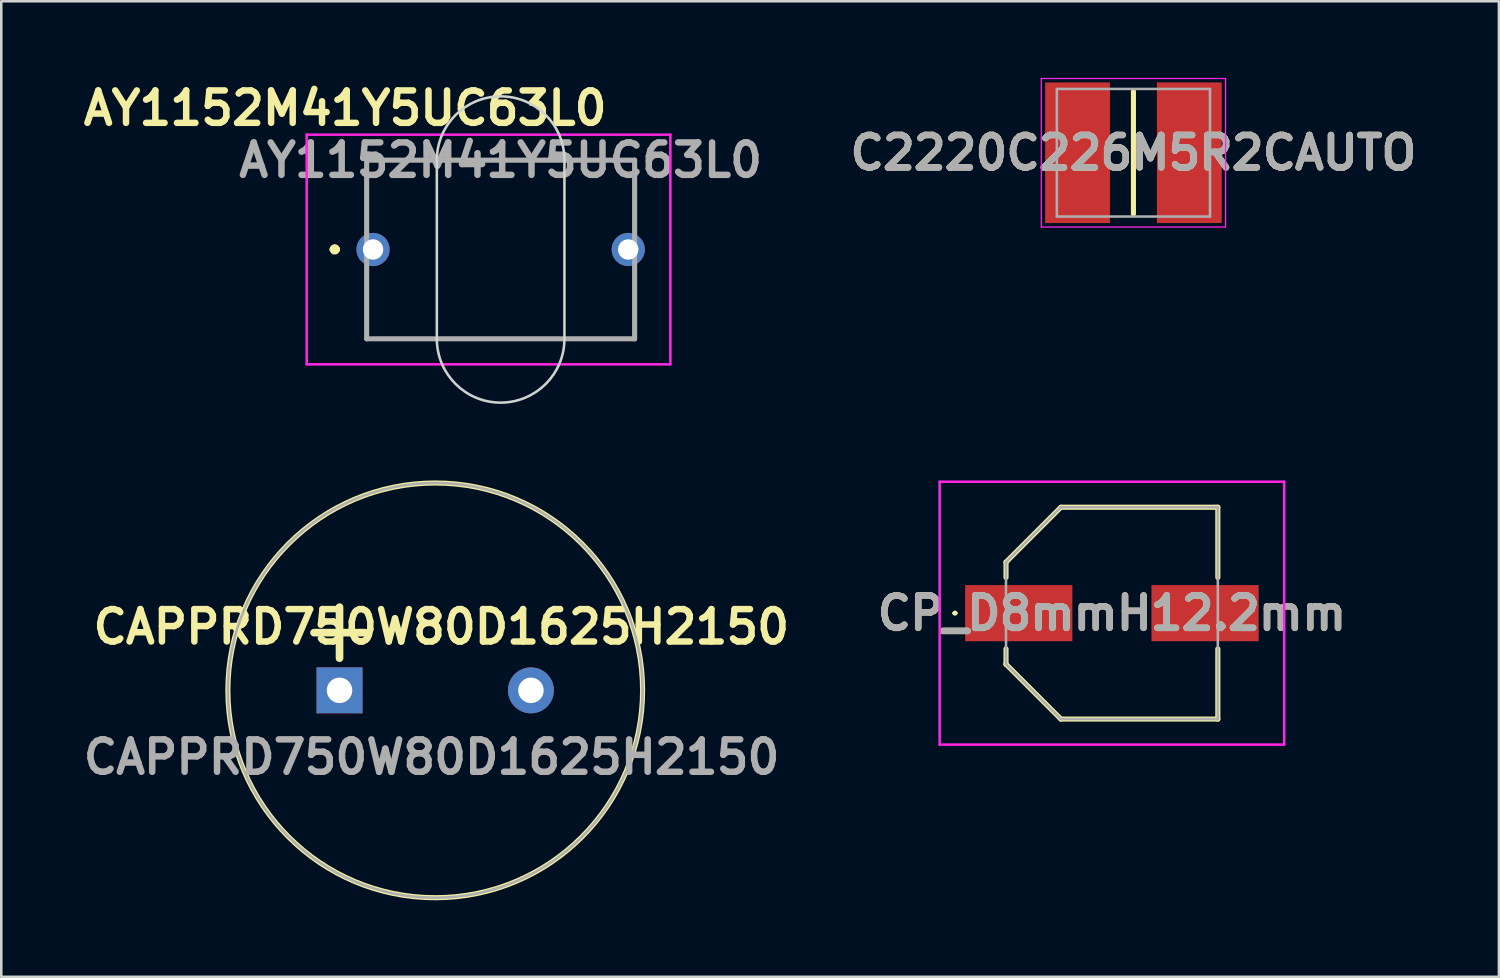
<source format=kicad_pcb>
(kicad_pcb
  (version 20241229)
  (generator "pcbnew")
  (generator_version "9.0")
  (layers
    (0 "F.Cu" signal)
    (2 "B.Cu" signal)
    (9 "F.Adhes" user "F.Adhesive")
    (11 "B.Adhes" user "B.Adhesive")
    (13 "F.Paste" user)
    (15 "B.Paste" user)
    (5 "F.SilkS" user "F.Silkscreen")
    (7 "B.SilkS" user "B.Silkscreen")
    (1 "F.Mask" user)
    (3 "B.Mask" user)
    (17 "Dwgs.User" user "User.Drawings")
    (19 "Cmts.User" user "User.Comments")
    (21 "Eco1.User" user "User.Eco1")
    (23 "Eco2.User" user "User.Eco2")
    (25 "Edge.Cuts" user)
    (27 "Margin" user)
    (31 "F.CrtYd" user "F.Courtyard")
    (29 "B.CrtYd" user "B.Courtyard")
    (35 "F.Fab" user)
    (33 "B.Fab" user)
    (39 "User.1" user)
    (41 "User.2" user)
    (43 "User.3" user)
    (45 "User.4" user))
  (footprint "AY1152M41Y5UC63L0"
    (layer "F.Cu")
    (at 11.567 6.726)
    (property "Reference" "AY1152M41Y5UC63L0" (at -1.092 -5.537 0) (layer "F.SilkS") (effects (font (size 1.27 1.27) (thickness 0.254))))
    (attr through_hole)
    (fp_line (start -1.6 0) (end -1.6 0) (stroke (width 0.2) (type solid)) (layer "F.SilkS"))
    (fp_line (start -1.4 0) (end -1.4 0) (stroke (width 0.2) (type solid)) (layer "F.SilkS"))
    (fp_line (start -1.4 0) (end -1.4 0) (stroke (width 0.2) (type solid)) (layer "F.SilkS"))
    (fp_line (start -0.25 -3.5) (end -0.25 -3.5) (stroke (width 0.1) (type solid)) (layer "F.SilkS"))
    (fp_line (start -0.25 -3.5) (end -0.25 -3.5) (stroke (width 0.1) (type solid)) (layer "F.SilkS"))
    (fp_line (start -0.25 -3.5) (end -0.25 -1.25) (stroke (width 0.1) (type solid)) (layer "F.SilkS"))
    (fp_line (start -0.25 -3.5) (end 10.25 -3.5) (stroke (width 0.1) (type solid)) (layer "F.SilkS"))
    (fp_line (start -0.25 -1.25) (end -0.25 -3.5) (stroke (width 0.1) (type solid)) (layer "F.SilkS"))
    (fp_line (start -0.25 -1.25) (end -0.25 -1.25) (stroke (width 0.1) (type solid)) (layer "F.SilkS"))
    (fp_line (start -0.25 1.25) (end -0.25 1.25) (stroke (width 0.1) (type solid)) (layer "F.SilkS"))
    (fp_line (start -0.25 1.25) (end -0.25 3.5) (stroke (width 0.1) (type solid)) (layer "F.SilkS"))
    (fp_line (start -0.25 3.5) (end -0.25 1.25) (stroke (width 0.1) (type solid)) (layer "F.SilkS"))
    (fp_line (start -0.25 3.5) (end -0.25 3.5) (stroke (width 0.1) (type solid)) (layer "F.SilkS"))
    (fp_line (start -0.25 3.5) (end -0.25 3.5) (stroke (width 0.1) (type solid)) (layer "F.SilkS"))
    (fp_line (start -0.25 3.5) (end 10.25 3.5) (stroke (width 0.1) (type solid)) (layer "F.SilkS"))
    (fp_line (start 10.25 -3.5) (end -0.25 -3.5) (stroke (width 0.1) (type solid)) (layer "F.SilkS"))
    (fp_line (start 10.25 -3.5) (end 10.25 -3.5) (stroke (width 0.1) (type solid)) (layer "F.SilkS"))
    (fp_line (start 10.25 -3.5) (end 10.25 -3.5) (stroke (width 0.1) (type solid)) (layer "F.SilkS"))
    (fp_line (start 10.25 -3.5) (end 10.25 -1.25) (stroke (width 0.1) (type solid)) (layer "F.SilkS"))
    (fp_line (start 10.25 -1.25) (end 10.25 -3.5) (stroke (width 0.1) (type solid)) (layer "F.SilkS"))
    (fp_line (start 10.25 -1.25) (end 10.25 -1.25) (stroke (width 0.1) (type solid)) (layer "F.SilkS"))
    (fp_line (start 10.25 1.25) (end 10.25 1.25) (stroke (width 0.1) (type solid)) (layer "F.SilkS"))
    (fp_line (start 10.25 1.25) (end 10.25 3.5) (stroke (width 0.1) (type solid)) (layer "F.SilkS"))
    (fp_line (start 10.25 3.5) (end -0.25 3.5) (stroke (width 0.1) (type solid)) (layer "F.SilkS"))
    (fp_line (start 10.25 3.5) (end 10.25 1.25) (stroke (width 0.1) (type solid)) (layer "F.SilkS"))
    (fp_line (start 10.25 3.5) (end 10.25 3.5) (stroke (width 0.1) (type solid)) (layer "F.SilkS"))
    (fp_line (start 10.25 3.5) (end 10.25 3.5) (stroke (width 0.1) (type solid)) (layer "F.SilkS"))
    (fp_arc (start -1.6 0) (mid -1.5 -0.1) (end -1.4 0) (stroke (width 0.2) (type solid)) (layer "F.SilkS"))
    (fp_arc (start -1.6 0) (mid -1.5 -0.1) (end -1.4 0) (stroke (width 0.2) (type solid)) (layer "F.SilkS"))
    (fp_arc (start -1.4 0) (mid -1.5 0.1) (end -1.6 0) (stroke (width 0.2) (type solid)) (layer "F.SilkS"))
    (fp_line (start 2.5 3.5) (end 2.5 -3.5) (stroke (width 0.1) (type default)) (layer "Edge.Cuts"))
    (fp_line (start 7.5 3.5) (end 7.5 -3.5) (stroke (width 0.1) (type default)) (layer "Edge.Cuts"))
    (fp_arc (start 2.5 -3.5) (mid 5 -6) (end 7.5 -3.5) (stroke (width 0.1) (type default)) (layer "Edge.Cuts"))
    (fp_arc (start 7.5 3.5) (mid 5 6) (end 2.5 3.5) (stroke (width 0.1) (type default)) (layer "Edge.Cuts"))
    (fp_line (start -2.6 -4.5) (end 11.65 -4.5) (stroke (width 0.1) (type solid)) (layer "F.CrtYd"))
    (fp_line (start -2.6 4.5) (end -2.6 -4.5) (stroke (width 0.1) (type solid)) (layer "F.CrtYd"))
    (fp_line (start 11.65 -4.5) (end 11.65 4.5) (stroke (width 0.1) (type solid)) (layer "F.CrtYd"))
    (fp_line (start 11.65 4.5) (end -2.6 4.5) (stroke (width 0.1) (type solid)) (layer "F.CrtYd"))
    (fp_line (start -0.25 -3.5) (end -0.25 3.5) (stroke (width 0.2) (type solid)) (layer "F.Fab"))
    (fp_line (start -0.25 3.5) (end 10.25 3.5) (stroke (width 0.2) (type solid)) (layer "F.Fab"))
    (fp_line (start 10.25 -3.5) (end -0.25 -3.5) (stroke (width 0.2) (type solid)) (layer "F.Fab"))
    (fp_line (start 10.25 3.5) (end 10.25 -3.5) (stroke (width 0.2) (type solid)) (layer "F.Fab"))
    (fp_text user "${REFERENCE}" (at 5 -3.5 0) (layer "F.Fab") (effects (font (size 1.27 1.27) (thickness 0.254))))
    (pad "1" thru_hole circle (at 0 0) (size 1.3 1.3) (drill 0.8) (layers "*.Cu" "*.Mask"))
    (pad "2" thru_hole circle (at 10 0) (size 1.3 1.3) (drill 0.8) (layers "*.Cu" "*.Mask")))
  (footprint "CAPPRD750W80D1625H2150"
    (layer "F.Cu")
    (at 10.254 24.001)
    (property "Reference" "CAPPRD750W80D1625H2150" (at 3.988 -2.489 0) (layer "F.SilkS") (effects (font (size 1.27 1.27) (thickness 0.254))))
    (attr through_hole)
    (fp_line (start -1 -2.261) (end 1 -2.261) (stroke (width 0.3) (type default)) (layer "F.SilkS"))
    (fp_line (start 0 -3.261) (end 0 -1.261) (stroke (width 0.3) (type default)) (layer "F.SilkS"))
    (fp_circle (center 3.75 0) (end 3.75 8.125) (stroke (width 0.2) (type solid)) (fill no) (layer "F.SilkS"))
    (fp_circle (center 3.75 0) (end 3.75 8.125) (stroke (width 0.1) (type solid)) (fill no) (layer "F.Fab"))
    (fp_text user "${REFERENCE}" (at 3.607 2.616 0) (layer "F.Fab") (effects (font (size 1.27 1.27) (thickness 0.254))))
    (pad "1" thru_hole rect (at 0 0) (size 1.8 1.8) (drill 1) (layers "*.Cu" "*.Mask"))
    (pad "2" thru_hole circle (at 7.5 0) (size 1.8 1.8) (drill 1) (layers "*.Cu" "*.Mask")))
  (footprint "C2220C226M5R2CAUTO"
    (layer "F.Cu")
    (at 41.362 2.935)
    (property "Reference" "C2220C226M5R2CAUTO" (at 0 0 0) (layer "F.SilkS") (effects (font (size 1.27 1.27) (thickness 0.254))))
    (attr smd)
    (fp_line (start 0 -2.4) (end 0 2.4) (stroke (width 0.2) (type solid)) (layer "F.SilkS"))
    (fp_line (start -3.61 -2.91) (end 3.61 -2.91) (stroke (width 0.05) (type solid)) (layer "F.CrtYd"))
    (fp_line (start -3.61 2.91) (end -3.61 -2.91) (stroke (width 0.05) (type solid)) (layer "F.CrtYd"))
    (fp_line (start 3.61 -2.91) (end 3.61 2.91) (stroke (width 0.05) (type solid)) (layer "F.CrtYd"))
    (fp_line (start 3.61 2.91) (end -3.61 2.91) (stroke (width 0.05) (type solid)) (layer "F.CrtYd"))
    (fp_line (start -3 -2.5) (end 3 -2.5) (stroke (width 0.1) (type solid)) (layer "F.Fab"))
    (fp_line (start -3 2.5) (end -3 -2.5) (stroke (width 0.1) (type solid)) (layer "F.Fab"))
    (fp_line (start 3 -2.5) (end 3 2.5) (stroke (width 0.1) (type solid)) (layer "F.Fab"))
    (fp_line (start 3 2.5) (end -3 2.5) (stroke (width 0.1) (type solid)) (layer "F.Fab"))
    (fp_text user "${REFERENCE}" (at 0 0 0) (layer "F.Fab") (effects (font (size 1.27 1.27) (thickness 0.254))))
    (pad "1" smd rect (at -2.19 0) (size 2.54 5.51) (layers "F.Cu" "F.Mask" "F.Paste"))
    (pad "2" smd rect (at 2.19 0) (size 2.54 5.51) (layers "F.Cu" "F.Mask" "F.Paste")))
  (footprint "CP_D8mmH12.2mm"
    (layer "F.Cu")
    (at 40.519 20.976)
    (property "Reference" "CP_D8mmH12.2mm" (at 0 0 0) (layer "F.SilkS") (effects (font (size 1.27 1.27) (thickness 0.254))))
    (attr smd)
    (fp_line (start -6.2 0) (end -6.2 0) (stroke (width 0.1) (type solid)) (layer "F.SilkS"))
    (fp_line (start -6.1 0) (end -6.1 0) (stroke (width 0.1) (type solid)) (layer "F.SilkS"))
    (fp_line (start -4.15 -2) (end -2 -4.15) (stroke (width 0.2) (type solid)) (layer "F.SilkS"))
    (fp_line (start -4.15 -1.4) (end -4.15 -2) (stroke (width 0.2) (type solid)) (layer "F.SilkS"))
    (fp_line (start -4.15 2) (end -4.15 1.4) (stroke (width 0.2) (type solid)) (layer "F.SilkS"))
    (fp_line (start -4.15 2) (end -4.15 2) (stroke (width 0.2) (type solid)) (layer "F.SilkS"))
    (fp_line (start -2 -4.15) (end 4.15 -4.15) (stroke (width 0.2) (type solid)) (layer "F.SilkS"))
    (fp_line (start -2 4.15) (end -4.15 2) (stroke (width 0.2) (type solid)) (layer "F.SilkS"))
    (fp_line (start 4.15 -4.15) (end 4.15 -1.4) (stroke (width 0.2) (type solid)) (layer "F.SilkS"))
    (fp_line (start 4.15 1.4) (end 4.15 4.15) (stroke (width 0.2) (type solid)) (layer "F.SilkS"))
    (fp_line (start 4.15 4.15) (end -2 4.15) (stroke (width 0.2) (type solid)) (layer "F.SilkS"))
    (fp_arc (start -6.2 0) (mid -6.15 -0.05) (end -6.1 0) (stroke (width 0.1) (type solid)) (layer "F.SilkS"))
    (fp_arc (start -6.1 0) (mid -6.15 0.05) (end -6.2 0) (stroke (width 0.1) (type solid)) (layer "F.SilkS"))
    (fp_line (start -6.75 -5.15) (end 6.75 -5.15) (stroke (width 0.1) (type solid)) (layer "F.CrtYd"))
    (fp_line (start -6.75 5.15) (end -6.75 -5.15) (stroke (width 0.1) (type solid)) (layer "F.CrtYd"))
    (fp_line (start 6.75 -5.15) (end 6.75 5.15) (stroke (width 0.1) (type solid)) (layer "F.CrtYd"))
    (fp_line (start 6.75 5.15) (end -6.75 5.15) (stroke (width 0.1) (type solid)) (layer "F.CrtYd"))
    (fp_line (start -4.15 -2) (end -2 -4.15) (stroke (width 0.1) (type solid)) (layer "F.Fab"))
    (fp_line (start -4.15 2) (end -4.15 -2) (stroke (width 0.1) (type solid)) (layer "F.Fab"))
    (fp_line (start -2 -4.15) (end 4.15 -4.15) (stroke (width 0.1) (type solid)) (layer "F.Fab"))
    (fp_line (start -2 4.15) (end -4.15 2) (stroke (width 0.1) (type solid)) (layer "F.Fab"))
    (fp_line (start 4.15 -4.15) (end 4.15 4.15) (stroke (width 0.1) (type solid)) (layer "F.Fab"))
    (fp_line (start 4.15 4.15) (end -2 4.15) (stroke (width 0.1) (type solid)) (layer "F.Fab"))
    (fp_text user "${REFERENCE}" (at 0 0 0) (layer "F.Fab") (effects (font (size 1.27 1.27) (thickness 0.254))))
    (pad "1" smd rect (at -3.65 0 90) (size 2.2 4.2) (layers "F.Cu" "F.Mask" "F.Paste"))
    (pad "2" smd rect (at 3.65 0 90) (size 2.2 4.2) (layers "F.Cu" "F.Mask" "F.Paste")))
  (gr_rect
    (start -3 -3)
    (end 55.683 35.226)
    (stroke (width 0.1) (type default))
    (fill no)
    (layer "Edge.Cuts")))
</source>
